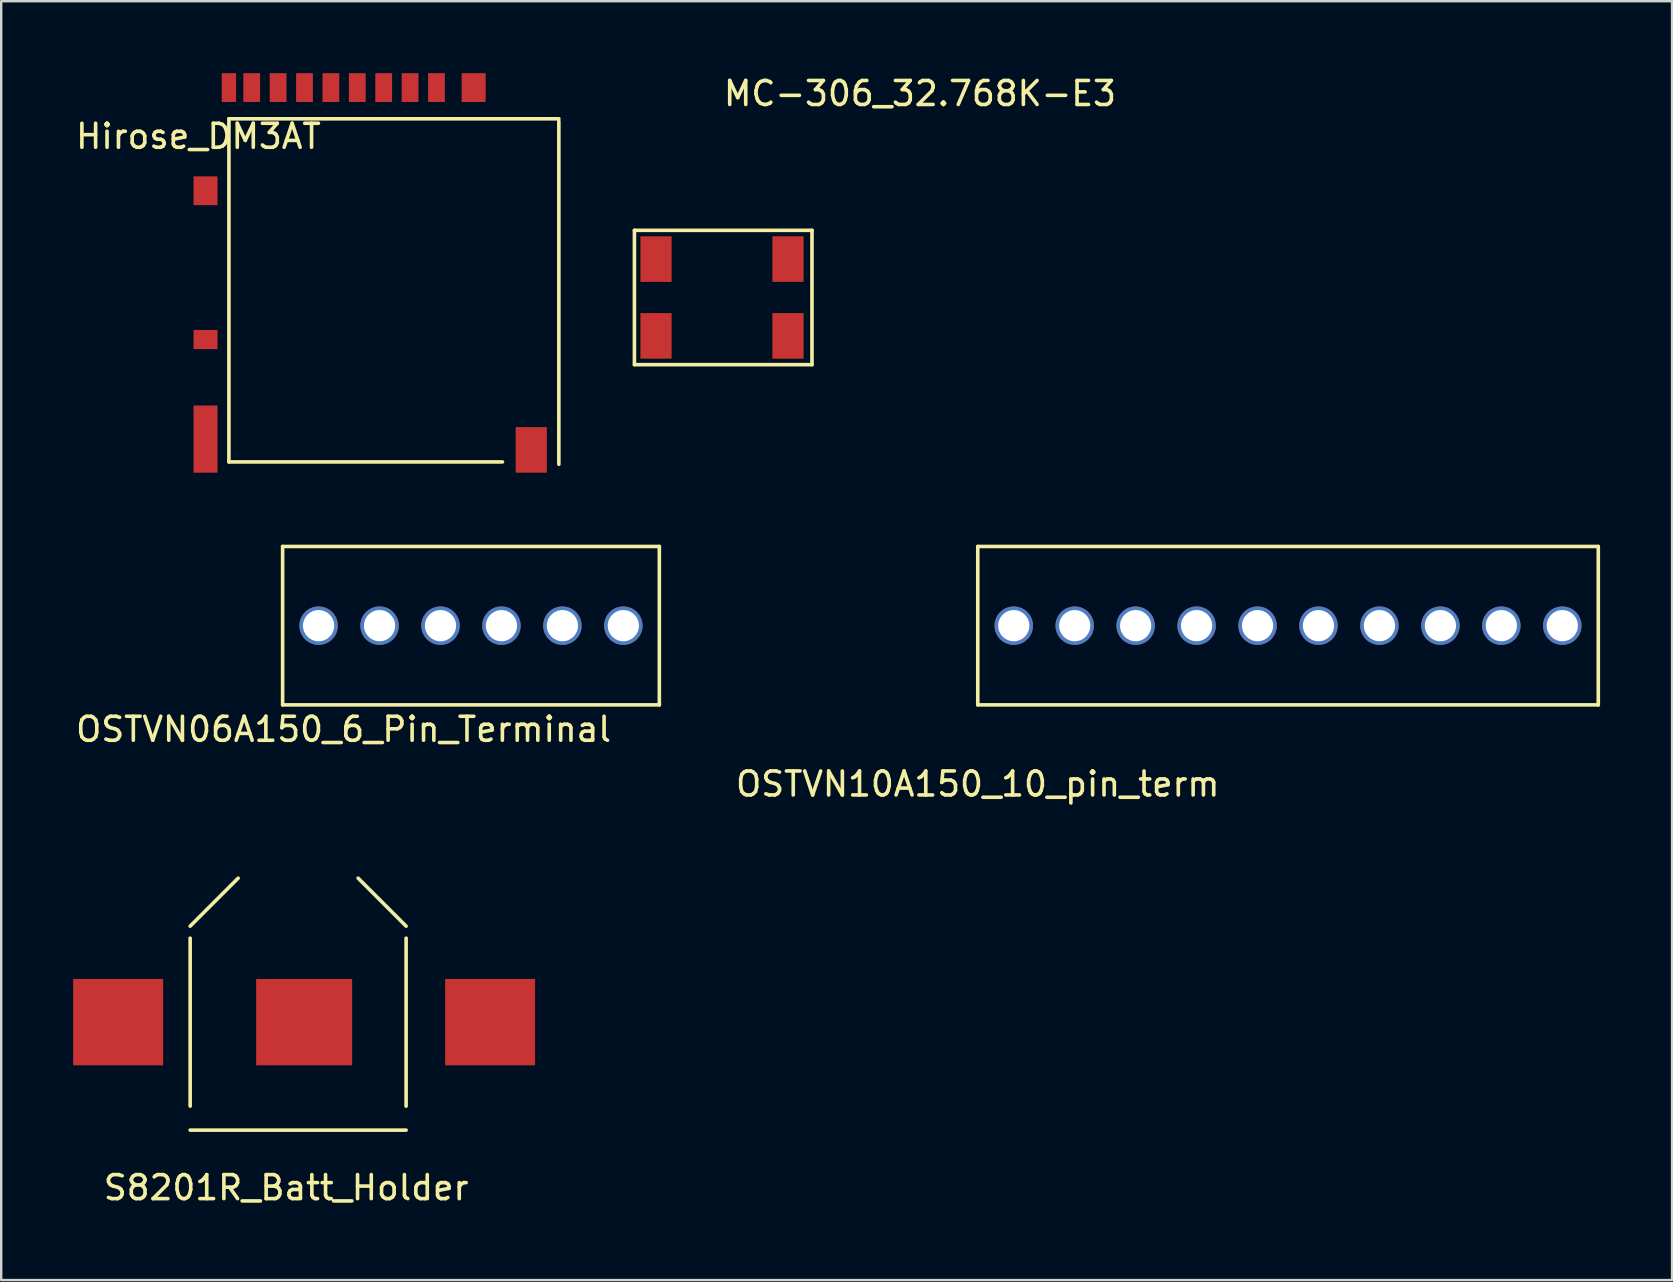
<source format=kicad_pcb>
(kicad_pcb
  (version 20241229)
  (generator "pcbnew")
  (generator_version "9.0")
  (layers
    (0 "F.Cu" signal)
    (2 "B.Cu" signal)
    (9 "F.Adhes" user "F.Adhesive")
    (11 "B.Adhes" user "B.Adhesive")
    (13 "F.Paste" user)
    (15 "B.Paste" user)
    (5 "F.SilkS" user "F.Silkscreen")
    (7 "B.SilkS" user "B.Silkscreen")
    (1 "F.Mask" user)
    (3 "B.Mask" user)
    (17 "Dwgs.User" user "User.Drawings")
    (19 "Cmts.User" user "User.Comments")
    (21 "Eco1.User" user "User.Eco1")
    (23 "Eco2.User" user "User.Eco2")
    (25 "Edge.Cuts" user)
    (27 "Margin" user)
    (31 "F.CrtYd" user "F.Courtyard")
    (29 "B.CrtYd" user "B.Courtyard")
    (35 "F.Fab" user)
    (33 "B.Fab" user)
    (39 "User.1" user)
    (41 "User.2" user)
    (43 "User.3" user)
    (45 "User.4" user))
  (footprint "OSTVN10A150_10_pin_term"
    (layer "F.Cu")
    (at 39.199 23.025)
    (property "Reference" "OSTVN10A150_10_pin_term" (at -1.5 6.6 0) (layer "F.SilkS") (effects (font (size 1 1) (thickness 0.15))))
    (attr through_hole)
    (fp_line (start -1.5 -3.3) (end -1.5 3.3) (stroke (width 0.15) (type solid)) (layer "F.SilkS"))
    (fp_line (start -1.5 3.3) (end 24.36 3.3) (stroke (width 0.15) (type solid)) (layer "F.SilkS"))
    (fp_line (start 24.36 -3.3) (end -1.5 -3.3) (stroke (width 0.15) (type solid)) (layer "F.SilkS"))
    (fp_line (start 24.36 3.3) (end 24.36 -3.3) (stroke (width 0.15) (type solid)) (layer "F.SilkS"))
    (pad "1" thru_hole circle (at 0 0) (size 1.6 1.6) (drill 1.3) (layers "*.Cu" "*.Mask"))
    (pad "2" thru_hole circle (at 2.54 0) (size 1.6 1.6) (drill 1.3) (layers "*.Cu" "*.Mask"))
    (pad "3" thru_hole circle (at 5.08 0) (size 1.6 1.6) (drill 1.3) (layers "*.Cu" "*.Mask"))
    (pad "4" thru_hole circle (at 7.62 0) (size 1.6 1.6) (drill 1.3) (layers "*.Cu" "*.Mask"))
    (pad "5" thru_hole circle (at 10.16 0) (size 1.6 1.6) (drill 1.3) (layers "*.Cu" "*.Mask"))
    (pad "6" thru_hole circle (at 12.7 0) (size 1.6 1.6) (drill 1.3) (layers "*.Cu" "*.Mask"))
    (pad "7" thru_hole circle (at 15.24 0) (size 1.6 1.6) (drill 1.3) (layers "*.Cu" "*.Mask"))
    (pad "8" thru_hole circle (at 17.78 0) (size 1.6 1.6) (drill 1.3) (layers "*.Cu" "*.Mask"))
    (pad "9" thru_hole circle (at 20.32 0) (size 1.6 1.6) (drill 1.3) (layers "*.Cu" "*.Mask"))
    (pad "10" thru_hole circle (at 22.86 0) (size 1.6 1.6) (drill 1.3) (layers "*.Cu" "*.Mask")))
  (footprint "MC-306_32.768K-E3"
    (layer "F.Cu")
    (at 24.29 7.748)
    (property "Reference" "MC-306_32.768K-E3" (at 11 -6.9 0) (layer "F.SilkS") (effects (font (size 1 1) (thickness 0.15))))
    (attr through_hole)
    (fp_line (start -0.9 -1.2) (end 6.5 -1.2) (stroke (width 0.15) (type solid)) (layer "F.SilkS"))
    (fp_line (start -0.9 4.4) (end -0.9 -1.2) (stroke (width 0.15) (type solid)) (layer "F.SilkS"))
    (fp_line (start 6.5 -1.2) (end 6.5 4.4) (stroke (width 0.15) (type solid)) (layer "F.SilkS"))
    (fp_line (start 6.5 4.4) (end -0.9 4.4) (stroke (width 0.15) (type solid)) (layer "F.SilkS"))
    (pad "1" smd rect (at 0 0) (size 1.3 1.9) (layers "F.Cu" "F.Mask" "F.Paste"))
    (pad "2" smd rect (at 5.5 0) (size 1.3 1.9) (layers "F.Cu" "F.Mask" "F.Paste"))
    (pad "3" smd rect (at 5.5 3.2) (size 1.3 1.9) (layers "F.Cu" "F.Mask" "F.Paste"))
    (pad "4" smd rect (at 0 3.2) (size 1.3 1.9) (layers "F.Cu" "F.Mask" "F.Paste")))
  (footprint "OSTVN06A150_6_Pin_Terminal"
    (layer "F.Cu")
    (at 10.228 23.025)
    (property "Reference" "OSTVN06A150_6_Pin_Terminal" (at 1.04 4.32 0) (layer "F.SilkS") (effects (font (size 1 1) (thickness 0.15))))
    (attr through_hole)
    (fp_line (start -1.5 -3.3) (end -1.5 3.3) (stroke (width 0.15) (type solid)) (layer "F.SilkS"))
    (fp_line (start -1.5 3.3) (end 14.2 3.3) (stroke (width 0.15) (type solid)) (layer "F.SilkS"))
    (fp_line (start 14.2 -3.3) (end -1.5 -3.3) (stroke (width 0.15) (type solid)) (layer "F.SilkS"))
    (fp_line (start 14.2 3.3) (end 14.2 -3.3) (stroke (width 0.15) (type solid)) (layer "F.SilkS"))
    (pad "1" thru_hole circle (at 0 0) (size 1.6 1.6) (drill 1.3) (layers "*.Cu" "*.Mask"))
    (pad "2" thru_hole circle (at 2.54 0) (size 1.6 1.6) (drill 1.3) (layers "*.Cu" "*.Mask"))
    (pad "3" thru_hole circle (at 5.08 0) (size 1.6 1.6) (drill 1.3) (layers "*.Cu" "*.Mask"))
    (pad "4" thru_hole circle (at 7.62 0) (size 1.6 1.6) (drill 1.3) (layers "*.Cu" "*.Mask"))
    (pad "5" thru_hole circle (at 10.16 0) (size 1.6 1.6) (drill 1.3) (layers "*.Cu" "*.Mask"))
    (pad "6" thru_hole circle (at 12.7 0) (size 1.6 1.6) (drill 1.3) (layers "*.Cu" "*.Mask")))
  (footprint "S8201R_Batt_Holder"
    (layer "F.Cu")
    (at 1.875 39.548)
    (property "Reference" "S8201R_Batt_Holder" (at 7 6.9 0) (layer "F.SilkS") (effects (font (size 1 1) (thickness 0.15))))
    (attr through_hole)
    (fp_line (start 3 -3.5) (end 3 3.5) (stroke (width 0.15) (type solid)) (layer "F.SilkS"))
    (fp_line (start 5 -6) (end 3 -4) (stroke (width 0.15) (type solid)) (layer "F.SilkS"))
    (fp_line (start 12 -4) (end 10 -6) (stroke (width 0.15) (type solid)) (layer "F.SilkS"))
    (fp_line (start 12 3.5) (end 12 -3.5) (stroke (width 0.15) (type solid)) (layer "F.SilkS"))
    (fp_line (start 12 4.5) (end 3 4.5) (stroke (width 0.15) (type solid)) (layer "F.SilkS"))
    (pad "1" smd rect (at 0 0) (size 3.75 3.6) (layers "F.Cu" "F.Mask" "F.Paste"))
    (pad "1" smd rect (at 15.5 0) (size 3.75 3.6) (layers "F.Cu" "F.Mask" "F.Paste"))
    (pad "2" smd rect (at 7.75 0) (size 4 3.6) (layers "F.Cu" "F.Mask" "F.Paste")))
  (footprint "Hirose_DM3AT"
    (layer "F.Cu")
    (at 6.49 0.6)
    (property "Reference" "Hirose_DM3AT" (at -1.27 2.032 0) (layer "F.SilkS") (effects (font (size 1 1) (thickness 0.15))))
    (attr through_hole)
    (fp_line (start 0 1.3) (end 0 15.6) (stroke (width 0.15) (type solid)) (layer "F.SilkS"))
    (fp_line (start 0 15.6) (end 11.4 15.6) (stroke (width 0.15) (type solid)) (layer "F.SilkS"))
    (fp_line (start 13.75 1.3) (end 0 1.3) (stroke (width 0.15) (type solid)) (layer "F.SilkS"))
    (fp_line (start 13.75 15.7) (end 13.75 1.4) (stroke (width 0.15) (type solid)) (layer "F.SilkS"))
    (pad "1" smd rect (at 0.95 0) (size 0.7 1.2) (layers "F.Cu" "F.Mask" "F.Paste"))
    (pad "2" smd rect (at 2.05 0) (size 0.7 1.2) (layers "F.Cu" "F.Mask" "F.Paste"))
    (pad "3" smd rect (at 3.15 0) (size 0.7 1.2) (layers "F.Cu" "F.Mask" "F.Paste"))
    (pad "4" smd rect (at 4.25 0) (size 0.7 1.2) (layers "F.Cu" "F.Mask" "F.Paste"))
    (pad "5" smd rect (at 5.35 0) (size 0.7 1.2) (layers "F.Cu" "F.Mask" "F.Paste"))
    (pad "6" smd rect (at 6.45 0) (size 0.7 1.2) (layers "F.Cu" "F.Mask" "F.Paste"))
    (pad "7" smd rect (at 7.55 0) (size 0.7 1.2) (layers "F.Cu" "F.Mask" "F.Paste"))
    (pad "8" smd rect (at 8.65 0) (size 0.7 1.2) (layers "F.Cu" "F.Mask" "F.Paste"))
    (pad "9" smd rect (at 10.2 0) (size 1 1.2) (layers "F.Cu" "F.Mask" "F.Paste"))
    (pad "10" smd rect (at -0.975 4.3) (size 1 1.2) (layers "F.Cu" "F.Mask" "F.Paste"))
    (pad "11" smd rect (at -0.975 14.65) (size 1 2.8) (layers "F.Cu" "F.Mask" "F.Paste"))
    (pad "12" smd rect (at 12.6 15.1) (size 1.3 1.9) (layers "F.Cu" "F.Mask" "F.Paste"))
    (pad "CD1" smd rect (at 0 0) (size 0.6 1.2) (layers "F.Cu" "F.Mask" "F.Paste"))
    (pad "CD2" smd rect (at -0.975 10.5) (size 1 0.8) (layers "F.Cu" "F.Mask" "F.Paste")))
  (gr_rect
    (start -3 -3)
    (end 66.634 50.297)
    (stroke (width 0.1) (type default))
    (fill no)
    (layer "Edge.Cuts")))
</source>
